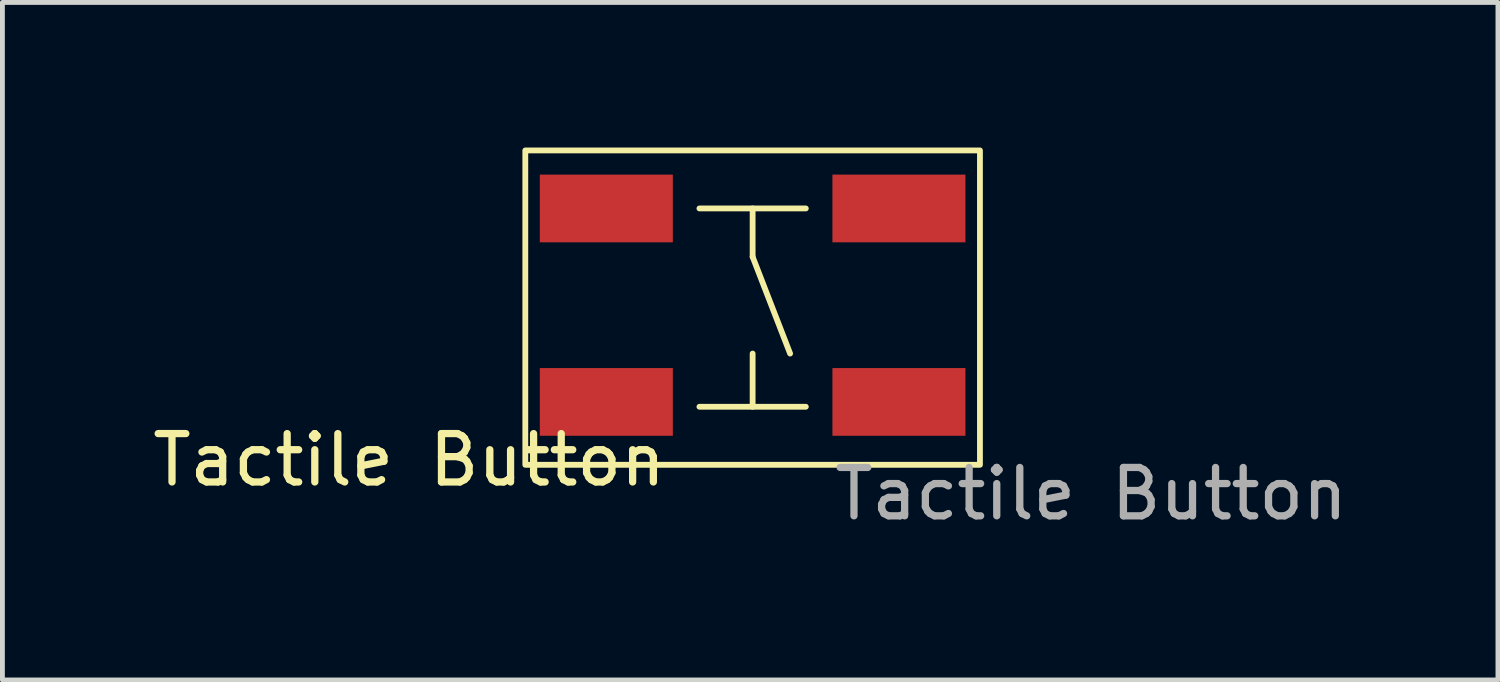
<source format=kicad_pcb>
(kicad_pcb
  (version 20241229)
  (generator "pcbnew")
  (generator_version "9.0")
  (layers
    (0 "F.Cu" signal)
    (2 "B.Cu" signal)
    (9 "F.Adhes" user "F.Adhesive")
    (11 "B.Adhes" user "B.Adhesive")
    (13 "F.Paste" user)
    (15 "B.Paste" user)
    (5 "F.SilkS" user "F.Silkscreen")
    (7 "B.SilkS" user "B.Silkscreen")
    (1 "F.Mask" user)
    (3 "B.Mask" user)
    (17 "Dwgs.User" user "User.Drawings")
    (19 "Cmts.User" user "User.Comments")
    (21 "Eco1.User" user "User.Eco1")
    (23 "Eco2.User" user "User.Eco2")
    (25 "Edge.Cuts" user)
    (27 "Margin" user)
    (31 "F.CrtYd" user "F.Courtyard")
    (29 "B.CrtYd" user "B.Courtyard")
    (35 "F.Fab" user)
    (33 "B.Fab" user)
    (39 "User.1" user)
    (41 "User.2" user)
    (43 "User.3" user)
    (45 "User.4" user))
  (footprint "Tactile Button"
    (layer "F.Cu")
    (at 12.511 3.26)
    (property "Reference" "Tactile Button" (at -7.1 3.2 0) (unlocked yes) (layer "F.SilkS") (effects (font (size 1 1) (thickness 0.15))))
    (attr smd)
    (fp_line (start -1.1 -2) (end 1.1 -2) (stroke (width 0.12) (type solid)) (layer "F.SilkS"))
    (fp_line (start -1.1 2.1) (end 1.1 2.1) (stroke (width 0.12) (type solid)) (layer "F.SilkS"))
    (fp_line (start 0 -2) (end 0 -1) (stroke (width 0.12) (type solid)) (layer "F.SilkS"))
    (fp_line (start 0 -1) (end 0.775 1) (stroke (width 0.12) (type solid)) (layer "F.SilkS"))
    (fp_line (start 0 2.1) (end 0 1) (stroke (width 0.12) (type solid)) (layer "F.SilkS"))
    (fp_rect (start -4.7 -3.2) (end 4.7 3.3) (stroke (width 0.12) (type solid)) (fill no) (layer "F.SilkS"))
    (fp_text user "${REFERENCE}" (at 7 3.9 0) (unlocked yes) (layer "F.Fab") (effects (font (size 1 1) (thickness 0.15))))
    (pad "1" smd rect (at -3.025 -2) (size 2.75 1.4) (layers "F.Cu" "F.Mask" "F.Paste"))
    (pad "2" smd rect (at 3.025 -2) (size 2.75 1.4) (layers "F.Cu" "F.Mask" "F.Paste"))
    (pad "3" smd rect (at -3.025 2) (size 2.75 1.4) (layers "F.Cu" "F.Mask" "F.Paste"))
    (pad "4" smd rect (at 3.025 2) (size 2.75 1.4) (layers "F.Cu" "F.Mask" "F.Paste")))
  (gr_rect
    (start -3 -3)
    (end 27.921 11.008)
    (stroke (width 0.1) (type default))
    (fill no)
    (layer "Edge.Cuts")))
</source>
